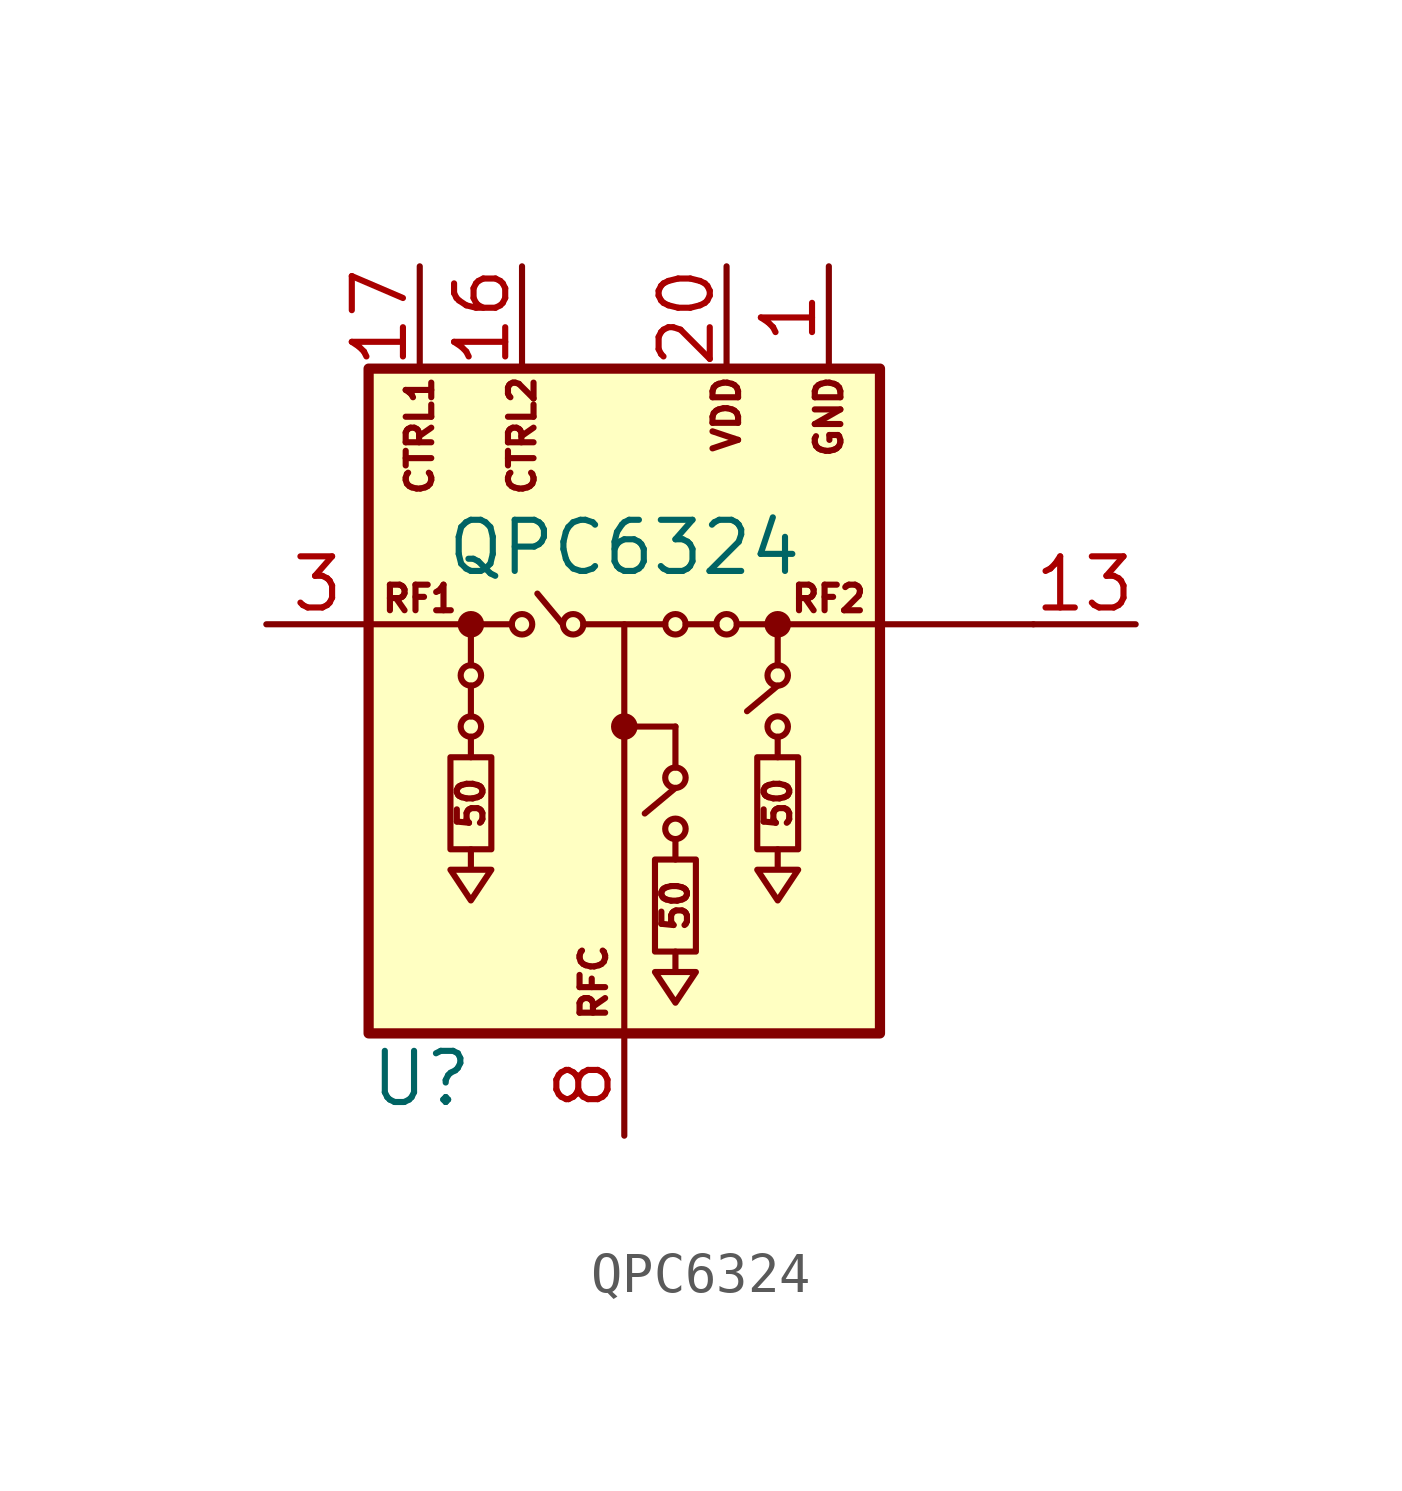
<source format=kicad_sym>
(kicad_symbol_lib
  (version 20220914)
  (generator kicad_symbol_editor)
  (symbol "QPC6324"
    (property "Reference" "U"
      (at -6.35 -10.541 0)
      (do_not_autoplace)
      (effects (font (size 1.27 1.27)) (justify left top)))
    (property "Value" "QPC6324"
      (at 0 1.905 0)
      (do_not_autoplace)
      (effects (font (size 1.27 1.27))))
    (property "Mouser" ""
      (at 0.254 0 0)
      (effects (font (size 1.27 1.27))))
    (symbol "QPC6324_0_0"
      (text "50" (at -3.81 -4.445 900) (effects (font (size 0.635 0.635))))
      (text "50" (at 1.27 -6.985 900) (effects (font (size 0.635 0.635))))
      (text "50" (at 3.81 -4.445 900) (effects (font (size 0.635 0.635)))))
    (symbol "QPC6324_0_1"
      (rectangle (start -6.35 6.35) (end 6.35 -10.16) (stroke (width 0.254) (type default)) (fill (type background)))
      (rectangle (start -4.318 -3.302) (end -3.302 -5.588) (stroke (width 0) (type default)) (fill (type none)))
      (circle (center -3.81 -2.54) (radius 0.254) (stroke (width 0) (type default)) (fill (type none)))
      (circle (center -3.81 -1.27) (radius 0.254) (stroke (width 0) (type default)) (fill (type none)))
      (circle (center -3.81 0) (radius 0.254) (stroke (width 0) (type default)) (fill (type outline)))
      (circle (center -2.54 0) (radius 0.254) (stroke (width 0) (type default)) (fill (type none)))
      (circle (center -1.27 0) (radius 0.254) (stroke (width 0) (type default)) (fill (type none)))
      (circle (center 0 -2.54) (radius 0.254) (stroke (width 0) (type default)) (fill (type outline)))
      (polyline (pts (xy -3.81 -2.794) (xy -3.81 -3.302)) (stroke (width 0) (type default)) (fill (type none)))
      (polyline (pts (xy -3.81 -1.016) (xy -3.81 0)) (stroke (width 0) (type default)) (fill (type none)))
      (polyline (pts (xy -2.794 0) (xy -6.35 0)) (stroke (width 0) (type default)) (fill (type none)))
      (polyline (pts (xy -1.524 0) (xy -2.159 0.762)) (stroke (width 0) (type default)) (fill (type none)))
      (polyline (pts (xy -1.016 0) (xy 1.016 0)) (stroke (width 0) (type default)) (fill (type none)))
      (polyline (pts (xy 0 0) (xy 0 -10.16)) (stroke (width 0) (type default)) (fill (type none)))
      (polyline (pts (xy 1.27 -5.334) (xy 1.27 -5.842)) (stroke (width 0) (type default)) (fill (type none)))
      (polyline (pts (xy 1.27 -4.064) (xy 0.508 -4.699)) (stroke (width 0) (type default)) (fill (type none)))
      (polyline (pts (xy 1.27 -3.556) (xy 1.27 -2.54)) (stroke (width 0) (type default)) (fill (type none)))
      (polyline (pts (xy 1.27 -2.54) (xy 0 -2.54)) (stroke (width 0) (type default)) (fill (type none)))
      (polyline (pts (xy 1.524 0) (xy 2.286 0)) (stroke (width 0) (type default)) (fill (type none)))
      (polyline (pts (xy 2.794 0) (xy 10.16 0)) (stroke (width 0) (type default)) (fill (type none)))
      (polyline (pts (xy 3.81 -2.794) (xy 3.81 -3.302)) (stroke (width 0) (type default)) (fill (type none)))
      (polyline (pts (xy 3.81 -1.524) (xy 3.048 -2.159)) (stroke (width 0) (type default)) (fill (type none)))
      (polyline (pts (xy 3.81 -1.016) (xy 3.81 0)) (stroke (width 0) (type default)) (fill (type none)))
      (polyline (pts (xy -3.81 -5.588) (xy -3.81 -6.096) (xy -4.318 -6.096) (xy -3.81 -6.858) (xy -3.302 -6.096) (xy -3.81 -6.096)) (stroke (width 0) (type default)) (fill (type none)))
      (polyline (pts (xy 1.27 -8.128) (xy 1.27 -8.636) (xy 0.762 -8.636) (xy 1.27 -9.398) (xy 1.778 -8.636) (xy 1.27 -8.636)) (stroke (width 0) (type default)) (fill (type none)))
      (polyline (pts (xy 3.81 -5.588) (xy 3.81 -6.096) (xy 3.302 -6.096) (xy 3.81 -6.858) (xy 4.318 -6.096) (xy 3.81 -6.096)) (stroke (width 0) (type default)) (fill (type none)))
      (rectangle (start 0.762 -5.842) (end 1.778 -8.128) (stroke (width 0) (type default)) (fill (type none)))
      (circle (center 1.27 -5.08) (radius 0.254) (stroke (width 0) (type default)) (fill (type none)))
      (circle (center 1.27 -3.81) (radius 0.254) (stroke (width 0) (type default)) (fill (type none)))
      (circle (center 1.27 0) (radius 0.254) (stroke (width 0) (type default)) (fill (type none)))
      (circle (center 2.54 0) (radius 0.254) (stroke (width 0) (type default)) (fill (type none)))
      (rectangle (start 3.302 -3.302) (end 4.318 -5.588) (stroke (width 0) (type default)) (fill (type none)))
      (circle (center 3.81 -2.54) (radius 0.254) (stroke (width 0) (type default)) (fill (type none)))
      (circle (center 3.81 -1.27) (radius 0.254) (stroke (width 0) (type default)) (fill (type none)))
      (circle (center 3.81 0) (radius 0.254) (stroke (width 0) (type default)) (fill (type outline))))
    (symbol "QPC6324_1_1"
      (polyline (pts (xy -3.81 -1.524) (xy -3.81 -2.286)) (stroke (width 0) (type default)) (fill (type none)))
      (text "CTRL1" (at -5.08 6.223 900) (effects (font (size 0.635 0.635)) (justify right)))
      (text "CTRL2" (at -2.54 6.223 900) (effects (font (size 0.635 0.635)) (justify right)))
      (text "GND" (at 5.08 6.223 900) (effects (font (size 0.635 0.635)) (justify right)))
      (text "RF1" (at -5.08 0.635 0) (effects (font (size 0.635 0.635))))
      (text "RF2" (at 5.08 0.635 0) (effects (font (size 0.635 0.635))))
      (text "RFC" (at -0.762 -8.89 900) (effects (font (size 0.635 0.635))))
      (text "VDD" (at 2.54 6.223 900) (effects (font (size 0.635 0.635)) (justify right)))
      (pin power_in line (at 5.08 8.89 270) (length 2.54) (name "" (effects (font (size 1.27 1.27)))) (number "1" (effects (font (size 1.27 1.27)))))
      (pin passive line (at 5.08 8.89 270) (length 2.54) hide (name "GND" (effects (font (size 1.27 1.27)))) (number "10" (effects (font (size 1.27 1.27)))))
      (pin passive line (at 5.08 8.89 270) (length 2.54) hide (name "GND" (effects (font (size 1.27 1.27)))) (number "11" (effects (font (size 1.27 1.27)))))
      (pin passive line (at 5.08 8.89 270) (length 2.54) hide (name "GND" (effects (font (size 1.27 1.27)))) (number "12" (effects (font (size 1.27 1.27)))))
      (pin passive line (at 12.7 0 180) (length 2.54) (name "" (effects (font (size 1.27 1.27)))) (number "13" (effects (font (size 1.27 1.27)))))
      (pin passive line (at 5.08 8.89 270) (length 2.54) hide (name "GND" (effects (font (size 1.27 1.27)))) (number "14" (effects (font (size 1.27 1.27)))))
      (pin passive line (at 5.08 8.89 270) (length 2.54) hide (name "GND" (effects (font (size 1.27 1.27)))) (number "15" (effects (font (size 1.27 1.27)))))
      (pin input line (at -2.54 8.89 270) (length 2.54) (name "" (effects (font (size 1.27 1.27)))) (number "16" (effects (font (size 1.27 1.27)))))
      (pin input line (at -5.08 8.89 270) (length 2.54) (name "" (effects (font (size 1.27 1.27)))) (number "17" (effects (font (size 1.27 1.27)))))
      (pin passive line (at 5.08 8.89 270) (length 2.54) hide (name "GND" (effects (font (size 1.27 1.27)))) (number "18" (effects (font (size 1.27 1.27)))))
      (pin passive line (at 5.08 8.89 270) (length 2.54) hide (name "GND" (effects (font (size 1.27 1.27)))) (number "19" (effects (font (size 1.27 1.27)))))
      (pin passive line (at 5.08 8.89 270) (length 2.54) hide (name "GND" (effects (font (size 1.27 1.27)))) (number "2" (effects (font (size 1.27 1.27)))))
      (pin power_in line (at 2.54 8.89 270) (length 2.54) (name "" (effects (font (size 1.27 1.27)))) (number "20" (effects (font (size 1.27 1.27)))))
      (pin passive line (at 5.08 8.89 270) (length 2.54) hide (name "GND" (effects (font (size 1.27 1.27)))) (number "21" (effects (font (size 1.27 1.27)))))
      (pin passive line (at -8.89 0 0) (length 2.54) (name "" (effects (font (size 1.27 1.27)))) (number "3" (effects (font (size 1.27 1.27)))))
      (pin passive line (at 5.08 8.89 270) (length 2.54) hide (name "GND" (effects (font (size 1.27 1.27)))) (number "4" (effects (font (size 1.27 1.27)))))
      (pin passive line (at 5.08 8.89 270) (length 2.54) hide (name "GND" (effects (font (size 1.27 1.27)))) (number "5" (effects (font (size 1.27 1.27)))))
      (pin passive line (at 5.08 8.89 270) (length 2.54) hide (name "GND" (effects (font (size 1.27 1.27)))) (number "6" (effects (font (size 1.27 1.27)))))
      (pin passive line (at 5.08 8.89 270) (length 2.54) hide (name "GND" (effects (font (size 1.27 1.27)))) (number "7" (effects (font (size 1.27 1.27)))))
      (pin passive line (at 0 -12.7 90) (length 2.54) (name "" (effects (font (size 1.27 1.27)))) (number "8" (effects (font (size 1.27 1.27)))))
      (pin passive line (at 5.08 8.89 270) (length 2.54) hide (name "GND" (effects (font (size 1.27 1.27)))) (number "9" (effects (font (size 1.27 1.27))))))))
</source>
